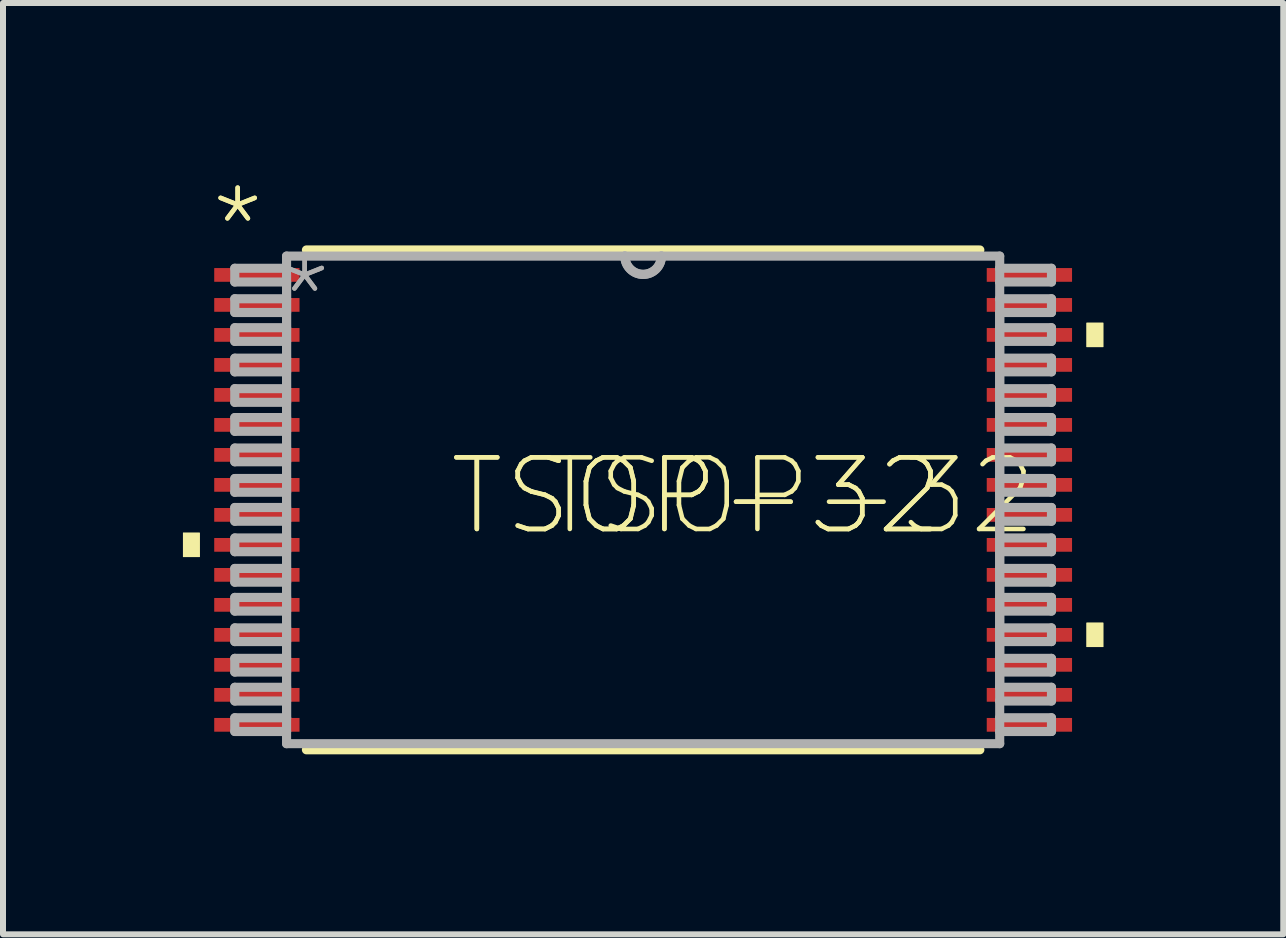
<source format=kicad_pcb>
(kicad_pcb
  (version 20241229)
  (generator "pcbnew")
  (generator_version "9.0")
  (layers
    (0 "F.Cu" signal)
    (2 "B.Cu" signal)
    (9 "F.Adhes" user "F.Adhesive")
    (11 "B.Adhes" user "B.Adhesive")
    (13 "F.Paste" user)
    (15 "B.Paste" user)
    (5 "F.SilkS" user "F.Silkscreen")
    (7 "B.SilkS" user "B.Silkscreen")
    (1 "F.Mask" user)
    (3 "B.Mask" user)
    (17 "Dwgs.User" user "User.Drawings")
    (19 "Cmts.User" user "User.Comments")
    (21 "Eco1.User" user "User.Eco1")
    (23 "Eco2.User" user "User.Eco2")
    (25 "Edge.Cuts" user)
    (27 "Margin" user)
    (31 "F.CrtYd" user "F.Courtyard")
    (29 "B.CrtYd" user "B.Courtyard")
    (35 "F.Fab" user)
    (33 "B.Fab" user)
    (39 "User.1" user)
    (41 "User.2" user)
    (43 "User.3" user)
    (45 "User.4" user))
  (footprint "TSOP-32"
    (layer "F.Cu")
    (at 7.671 5.283)
    (property "Reference" "TSOP-32" (at -3.277 0.635 0) (unlocked yes) (layer "F.SilkS") (effects (font (size 1.194 1.194) (thickness 0.076)) (justify left bottom)))
    (property "Value" "TSOP-32" (at -1.727 0.635 0) (unlocked yes) (layer "F.SilkS") (hide yes) (effects (font (size 1.194 1.194) (thickness 0.076)) (justify left bottom)))
    (fp_line (start -5.613 4.166) (end 5.613 4.166) (stroke (width 0.152) (type solid)) (layer "F.SilkS"))
    (fp_line (start 5.613 -4.166) (end -5.613 -4.166) (stroke (width 0.152) (type solid)) (layer "F.SilkS"))
    (fp_poly (pts (xy -7.391 0.953) (xy -7.671 0.953) (xy -7.671 0.547) (xy -7.391 0.547)) (stroke (width 0) (type default)) (fill yes) (layer "F.SilkS"))
    (fp_poly (pts (xy -7.391 0.953) (xy -7.671 0.953) (xy -7.671 0.547) (xy -7.391 0.547)) (stroke (width 0) (type default)) (fill yes) (layer "F.SilkS"))
    (fp_poly (pts (xy 7.671 -2.547) (xy 7.391 -2.547) (xy 7.391 -2.953) (xy 7.671 -2.953)) (stroke (width 0) (type default)) (fill yes) (layer "F.SilkS"))
    (fp_poly (pts (xy 7.671 -2.547) (xy 7.391 -2.547) (xy 7.391 -2.953) (xy 7.671 -2.953)) (stroke (width 0) (type default)) (fill yes) (layer "F.SilkS"))
    (fp_poly (pts (xy 7.671 2.453) (xy 7.391 2.453) (xy 7.391 2.047) (xy 7.671 2.047)) (stroke (width 0) (type default)) (fill yes) (layer "F.SilkS"))
    (fp_poly (pts (xy 7.671 2.453) (xy 7.391 2.453) (xy 7.391 2.047) (xy 7.671 2.047)) (stroke (width 0) (type default)) (fill yes) (layer "F.SilkS"))
    (fp_line (start -6.807 -3.861) (end -6.807 -3.632) (stroke (width 0.152) (type solid)) (layer "F.Fab"))
    (fp_line (start -6.807 -3.632) (end -5.944 -3.632) (stroke (width 0.152) (type solid)) (layer "F.Fab"))
    (fp_line (start -6.807 -3.353) (end -6.807 -3.124) (stroke (width 0.152) (type solid)) (layer "F.Fab"))
    (fp_line (start -6.807 -3.124) (end -5.944 -3.124) (stroke (width 0.152) (type solid)) (layer "F.Fab"))
    (fp_line (start -6.807 -2.87) (end -6.807 -2.642) (stroke (width 0.152) (type solid)) (layer "F.Fab"))
    (fp_line (start -6.807 -2.642) (end -5.944 -2.642) (stroke (width 0.152) (type solid)) (layer "F.Fab"))
    (fp_line (start -6.807 -2.362) (end -6.807 -2.134) (stroke (width 0.152) (type solid)) (layer "F.Fab"))
    (fp_line (start -6.807 -2.134) (end -5.944 -2.134) (stroke (width 0.152) (type solid)) (layer "F.Fab"))
    (fp_line (start -6.807 -1.854) (end -6.807 -1.626) (stroke (width 0.152) (type solid)) (layer "F.Fab"))
    (fp_line (start -6.807 -1.626) (end -5.944 -1.626) (stroke (width 0.152) (type solid)) (layer "F.Fab"))
    (fp_line (start -6.807 -1.372) (end -6.807 -1.143) (stroke (width 0.152) (type solid)) (layer "F.Fab"))
    (fp_line (start -6.807 -1.143) (end -5.944 -1.143) (stroke (width 0.152) (type solid)) (layer "F.Fab"))
    (fp_line (start -6.807 -0.864) (end -6.807 -0.635) (stroke (width 0.152) (type solid)) (layer "F.Fab"))
    (fp_line (start -6.807 -0.635) (end -5.944 -0.635) (stroke (width 0.152) (type solid)) (layer "F.Fab"))
    (fp_line (start -6.807 -0.356) (end -6.807 -0.127) (stroke (width 0.152) (type solid)) (layer "F.Fab"))
    (fp_line (start -6.807 -0.127) (end -5.944 -0.127) (stroke (width 0.152) (type solid)) (layer "F.Fab"))
    (fp_line (start -6.807 0.127) (end -6.807 0.356) (stroke (width 0.152) (type solid)) (layer "F.Fab"))
    (fp_line (start -6.807 0.356) (end -5.944 0.356) (stroke (width 0.152) (type solid)) (layer "F.Fab"))
    (fp_line (start -6.807 0.635) (end -6.807 0.864) (stroke (width 0.152) (type solid)) (layer "F.Fab"))
    (fp_line (start -6.807 0.864) (end -5.944 0.864) (stroke (width 0.152) (type solid)) (layer "F.Fab"))
    (fp_line (start -6.807 1.143) (end -6.807 1.372) (stroke (width 0.152) (type solid)) (layer "F.Fab"))
    (fp_line (start -6.807 1.372) (end -5.944 1.372) (stroke (width 0.152) (type solid)) (layer "F.Fab"))
    (fp_line (start -6.807 1.626) (end -6.807 1.854) (stroke (width 0.152) (type solid)) (layer "F.Fab"))
    (fp_line (start -6.807 1.854) (end -5.944 1.854) (stroke (width 0.152) (type solid)) (layer "F.Fab"))
    (fp_line (start -6.807 2.134) (end -6.807 2.362) (stroke (width 0.152) (type solid)) (layer "F.Fab"))
    (fp_line (start -6.807 2.362) (end -5.944 2.362) (stroke (width 0.152) (type solid)) (layer "F.Fab"))
    (fp_line (start -6.807 2.642) (end -6.807 2.87) (stroke (width 0.152) (type solid)) (layer "F.Fab"))
    (fp_line (start -6.807 2.87) (end -5.944 2.87) (stroke (width 0.152) (type solid)) (layer "F.Fab"))
    (fp_line (start -6.807 3.124) (end -6.807 3.353) (stroke (width 0.152) (type solid)) (layer "F.Fab"))
    (fp_line (start -6.807 3.353) (end -5.944 3.353) (stroke (width 0.152) (type solid)) (layer "F.Fab"))
    (fp_line (start -6.807 3.632) (end -6.807 3.861) (stroke (width 0.152) (type solid)) (layer "F.Fab"))
    (fp_line (start -6.807 3.861) (end -5.944 3.861) (stroke (width 0.152) (type solid)) (layer "F.Fab"))
    (fp_line (start -5.944 -4.064) (end -5.944 -3.861) (stroke (width 0.152) (type solid)) (layer "F.Fab"))
    (fp_line (start -5.944 -3.861) (end -6.807 -3.861) (stroke (width 0.152) (type solid)) (layer "F.Fab"))
    (fp_line (start -5.944 -3.632) (end -5.944 -3.861) (stroke (width 0.152) (type solid)) (layer "F.Fab"))
    (fp_line (start -5.944 -3.632) (end -5.944 -3.353) (stroke (width 0.152) (type solid)) (layer "F.Fab"))
    (fp_line (start -5.944 -3.632) (end -5.944 3.632) (stroke (width 0.152) (type solid)) (layer "F.Fab"))
    (fp_line (start -5.944 -3.353) (end -6.807 -3.353) (stroke (width 0.152) (type solid)) (layer "F.Fab"))
    (fp_line (start -5.944 -3.124) (end -5.944 -3.353) (stroke (width 0.152) (type solid)) (layer "F.Fab"))
    (fp_line (start -5.944 -3.124) (end -5.944 -2.87) (stroke (width 0.152) (type solid)) (layer "F.Fab"))
    (fp_line (start -5.944 -2.87) (end -6.807 -2.87) (stroke (width 0.152) (type solid)) (layer "F.Fab"))
    (fp_line (start -5.944 -2.642) (end -5.944 -2.87) (stroke (width 0.152) (type solid)) (layer "F.Fab"))
    (fp_line (start -5.944 -2.642) (end -5.944 -2.362) (stroke (width 0.152) (type solid)) (layer "F.Fab"))
    (fp_line (start -5.944 -2.362) (end -6.807 -2.362) (stroke (width 0.152) (type solid)) (layer "F.Fab"))
    (fp_line (start -5.944 -2.134) (end -5.944 -2.362) (stroke (width 0.152) (type solid)) (layer "F.Fab"))
    (fp_line (start -5.944 -2.134) (end -5.944 -1.854) (stroke (width 0.152) (type solid)) (layer "F.Fab"))
    (fp_line (start -5.944 -1.854) (end -6.807 -1.854) (stroke (width 0.152) (type solid)) (layer "F.Fab"))
    (fp_line (start -5.944 -1.626) (end -5.944 -1.854) (stroke (width 0.152) (type solid)) (layer "F.Fab"))
    (fp_line (start -5.944 -1.626) (end -5.944 -1.372) (stroke (width 0.152) (type solid)) (layer "F.Fab"))
    (fp_line (start -5.944 -1.372) (end -6.807 -1.372) (stroke (width 0.152) (type solid)) (layer "F.Fab"))
    (fp_line (start -5.944 -1.143) (end -5.944 -1.372) (stroke (width 0.152) (type solid)) (layer "F.Fab"))
    (fp_line (start -5.944 -1.143) (end -5.944 -0.864) (stroke (width 0.152) (type solid)) (layer "F.Fab"))
    (fp_line (start -5.944 -0.864) (end -6.807 -0.864) (stroke (width 0.152) (type solid)) (layer "F.Fab"))
    (fp_line (start -5.944 -0.635) (end -5.944 -0.864) (stroke (width 0.152) (type solid)) (layer "F.Fab"))
    (fp_line (start -5.944 -0.635) (end -5.944 -0.356) (stroke (width 0.152) (type solid)) (layer "F.Fab"))
    (fp_line (start -5.944 -0.356) (end -6.807 -0.356) (stroke (width 0.152) (type solid)) (layer "F.Fab"))
    (fp_line (start -5.944 -0.127) (end -5.944 -0.356) (stroke (width 0.152) (type solid)) (layer "F.Fab"))
    (fp_line (start -5.944 -0.127) (end -5.944 0.127) (stroke (width 0.152) (type solid)) (layer "F.Fab"))
    (fp_line (start -5.944 0.127) (end -6.807 0.127) (stroke (width 0.152) (type solid)) (layer "F.Fab"))
    (fp_line (start -5.944 0.356) (end -5.944 0.127) (stroke (width 0.152) (type solid)) (layer "F.Fab"))
    (fp_line (start -5.944 0.356) (end -5.944 0.635) (stroke (width 0.152) (type solid)) (layer "F.Fab"))
    (fp_line (start -5.944 0.635) (end -6.807 0.635) (stroke (width 0.152) (type solid)) (layer "F.Fab"))
    (fp_line (start -5.944 0.864) (end -5.944 0.635) (stroke (width 0.152) (type solid)) (layer "F.Fab"))
    (fp_line (start -5.944 0.864) (end -5.944 1.143) (stroke (width 0.152) (type solid)) (layer "F.Fab"))
    (fp_line (start -5.944 1.143) (end -6.807 1.143) (stroke (width 0.152) (type solid)) (layer "F.Fab"))
    (fp_line (start -5.944 1.372) (end -5.944 1.143) (stroke (width 0.152) (type solid)) (layer "F.Fab"))
    (fp_line (start -5.944 1.372) (end -5.944 1.626) (stroke (width 0.152) (type solid)) (layer "F.Fab"))
    (fp_line (start -5.944 1.626) (end -6.807 1.626) (stroke (width 0.152) (type solid)) (layer "F.Fab"))
    (fp_line (start -5.944 1.854) (end -5.944 1.626) (stroke (width 0.152) (type solid)) (layer "F.Fab"))
    (fp_line (start -5.944 1.854) (end -5.944 2.134) (stroke (width 0.152) (type solid)) (layer "F.Fab"))
    (fp_line (start -5.944 2.134) (end -6.807 2.134) (stroke (width 0.152) (type solid)) (layer "F.Fab"))
    (fp_line (start -5.944 2.362) (end -5.944 2.134) (stroke (width 0.152) (type solid)) (layer "F.Fab"))
    (fp_line (start -5.944 2.362) (end -5.944 2.642) (stroke (width 0.152) (type solid)) (layer "F.Fab"))
    (fp_line (start -5.944 2.642) (end -6.807 2.642) (stroke (width 0.152) (type solid)) (layer "F.Fab"))
    (fp_line (start -5.944 2.87) (end -5.944 2.642) (stroke (width 0.152) (type solid)) (layer "F.Fab"))
    (fp_line (start -5.944 2.87) (end -5.944 3.124) (stroke (width 0.152) (type solid)) (layer "F.Fab"))
    (fp_line (start -5.944 3.124) (end -6.807 3.124) (stroke (width 0.152) (type solid)) (layer "F.Fab"))
    (fp_line (start -5.944 3.353) (end -5.944 3.124) (stroke (width 0.152) (type solid)) (layer "F.Fab"))
    (fp_line (start -5.944 3.353) (end -5.944 3.632) (stroke (width 0.152) (type solid)) (layer "F.Fab"))
    (fp_line (start -5.944 3.632) (end -6.807 3.632) (stroke (width 0.152) (type solid)) (layer "F.Fab"))
    (fp_line (start -5.944 3.861) (end -5.944 3.632) (stroke (width 0.152) (type solid)) (layer "F.Fab"))
    (fp_line (start -5.944 3.861) (end -5.944 4.064) (stroke (width 0.152) (type solid)) (layer "F.Fab"))
    (fp_line (start -5.944 4.064) (end 5.944 4.064) (stroke (width 0.152) (type solid)) (layer "F.Fab"))
    (fp_line (start -0.305 -4.064) (end -5.944 -4.064) (stroke (width 0.152) (type solid)) (layer "F.Fab"))
    (fp_line (start 0.305 -4.064) (end -0.305 -4.064) (stroke (width 0.152) (type solid)) (layer "F.Fab"))
    (fp_line (start 5.944 -4.064) (end 0.305 -4.064) (stroke (width 0.152) (type solid)) (layer "F.Fab"))
    (fp_line (start 5.944 -3.861) (end 5.944 -4.064) (stroke (width 0.152) (type solid)) (layer "F.Fab"))
    (fp_line (start 5.944 -3.861) (end 5.944 -3.632) (stroke (width 0.152) (type solid)) (layer "F.Fab"))
    (fp_line (start 5.944 -3.632) (end 6.807 -3.632) (stroke (width 0.152) (type solid)) (layer "F.Fab"))
    (fp_line (start 5.944 -3.353) (end 5.944 -3.632) (stroke (width 0.152) (type solid)) (layer "F.Fab"))
    (fp_line (start 5.944 -3.353) (end 5.944 -3.124) (stroke (width 0.152) (type solid)) (layer "F.Fab"))
    (fp_line (start 5.944 -3.124) (end 6.807 -3.124) (stroke (width 0.152) (type solid)) (layer "F.Fab"))
    (fp_line (start 5.944 -2.87) (end 5.944 -3.124) (stroke (width 0.152) (type solid)) (layer "F.Fab"))
    (fp_line (start 5.944 -2.87) (end 5.944 -2.642) (stroke (width 0.152) (type solid)) (layer "F.Fab"))
    (fp_line (start 5.944 -2.642) (end 6.807 -2.642) (stroke (width 0.152) (type solid)) (layer "F.Fab"))
    (fp_line (start 5.944 -2.362) (end 5.944 -2.642) (stroke (width 0.152) (type solid)) (layer "F.Fab"))
    (fp_line (start 5.944 -2.362) (end 5.944 -2.134) (stroke (width 0.152) (type solid)) (layer "F.Fab"))
    (fp_line (start 5.944 -2.134) (end 6.807 -2.134) (stroke (width 0.152) (type solid)) (layer "F.Fab"))
    (fp_line (start 5.944 -1.854) (end 5.944 -2.134) (stroke (width 0.152) (type solid)) (layer "F.Fab"))
    (fp_line (start 5.944 -1.854) (end 5.944 -1.626) (stroke (width 0.152) (type solid)) (layer "F.Fab"))
    (fp_line (start 5.944 -1.626) (end 6.807 -1.626) (stroke (width 0.152) (type solid)) (layer "F.Fab"))
    (fp_line (start 5.944 -1.372) (end 5.944 -1.626) (stroke (width 0.152) (type solid)) (layer "F.Fab"))
    (fp_line (start 5.944 -1.372) (end 5.944 -1.143) (stroke (width 0.152) (type solid)) (layer "F.Fab"))
    (fp_line (start 5.944 -1.143) (end 6.807 -1.143) (stroke (width 0.152) (type solid)) (layer "F.Fab"))
    (fp_line (start 5.944 -0.864) (end 5.944 -1.143) (stroke (width 0.152) (type solid)) (layer "F.Fab"))
    (fp_line (start 5.944 -0.864) (end 5.944 -0.635) (stroke (width 0.152) (type solid)) (layer "F.Fab"))
    (fp_line (start 5.944 -0.635) (end 6.807 -0.635) (stroke (width 0.152) (type solid)) (layer "F.Fab"))
    (fp_line (start 5.944 -0.356) (end 5.944 -0.635) (stroke (width 0.152) (type solid)) (layer "F.Fab"))
    (fp_line (start 5.944 -0.356) (end 5.944 -0.127) (stroke (width 0.152) (type solid)) (layer "F.Fab"))
    (fp_line (start 5.944 -0.127) (end 6.807 -0.127) (stroke (width 0.152) (type solid)) (layer "F.Fab"))
    (fp_line (start 5.944 0.127) (end 5.944 -0.127) (stroke (width 0.152) (type solid)) (layer "F.Fab"))
    (fp_line (start 5.944 0.127) (end 5.944 0.356) (stroke (width 0.152) (type solid)) (layer "F.Fab"))
    (fp_line (start 5.944 0.356) (end 6.807 0.356) (stroke (width 0.152) (type solid)) (layer "F.Fab"))
    (fp_line (start 5.944 0.635) (end 5.944 0.356) (stroke (width 0.152) (type solid)) (layer "F.Fab"))
    (fp_line (start 5.944 0.635) (end 5.944 0.864) (stroke (width 0.152) (type solid)) (layer "F.Fab"))
    (fp_line (start 5.944 0.864) (end 6.807 0.864) (stroke (width 0.152) (type solid)) (layer "F.Fab"))
    (fp_line (start 5.944 1.143) (end 5.944 0.864) (stroke (width 0.152) (type solid)) (layer "F.Fab"))
    (fp_line (start 5.944 1.143) (end 5.944 1.372) (stroke (width 0.152) (type solid)) (layer "F.Fab"))
    (fp_line (start 5.944 1.372) (end 6.807 1.372) (stroke (width 0.152) (type solid)) (layer "F.Fab"))
    (fp_line (start 5.944 1.626) (end 5.944 1.372) (stroke (width 0.152) (type solid)) (layer "F.Fab"))
    (fp_line (start 5.944 1.626) (end 5.944 1.854) (stroke (width 0.152) (type solid)) (layer "F.Fab"))
    (fp_line (start 5.944 1.854) (end 6.807 1.854) (stroke (width 0.152) (type solid)) (layer "F.Fab"))
    (fp_line (start 5.944 2.134) (end 5.944 1.854) (stroke (width 0.152) (type solid)) (layer "F.Fab"))
    (fp_line (start 5.944 2.134) (end 5.944 2.362) (stroke (width 0.152) (type solid)) (layer "F.Fab"))
    (fp_line (start 5.944 2.362) (end 6.807 2.362) (stroke (width 0.152) (type solid)) (layer "F.Fab"))
    (fp_line (start 5.944 2.642) (end 5.944 2.362) (stroke (width 0.152) (type solid)) (layer "F.Fab"))
    (fp_line (start 5.944 2.642) (end 5.944 2.87) (stroke (width 0.152) (type solid)) (layer "F.Fab"))
    (fp_line (start 5.944 2.87) (end 6.807 2.87) (stroke (width 0.152) (type solid)) (layer "F.Fab"))
    (fp_line (start 5.944 3.124) (end 5.944 -3.124) (stroke (width 0.152) (type solid)) (layer "F.Fab"))
    (fp_line (start 5.944 3.124) (end 5.944 2.87) (stroke (width 0.152) (type solid)) (layer "F.Fab"))
    (fp_line (start 5.944 3.124) (end 5.944 3.353) (stroke (width 0.152) (type solid)) (layer "F.Fab"))
    (fp_line (start 5.944 3.353) (end 6.807 3.353) (stroke (width 0.152) (type solid)) (layer "F.Fab"))
    (fp_line (start 5.944 3.632) (end 5.944 3.353) (stroke (width 0.152) (type solid)) (layer "F.Fab"))
    (fp_line (start 5.944 3.632) (end 5.944 3.861) (stroke (width 0.152) (type solid)) (layer "F.Fab"))
    (fp_line (start 5.944 3.861) (end 6.807 3.861) (stroke (width 0.152) (type solid)) (layer "F.Fab"))
    (fp_line (start 5.944 4.064) (end 5.944 3.861) (stroke (width 0.152) (type solid)) (layer "F.Fab"))
    (fp_line (start 6.807 -3.861) (end 5.944 -3.861) (stroke (width 0.152) (type solid)) (layer "F.Fab"))
    (fp_line (start 6.807 -3.632) (end 6.807 -3.861) (stroke (width 0.152) (type solid)) (layer "F.Fab"))
    (fp_line (start 6.807 -3.353) (end 5.944 -3.353) (stroke (width 0.152) (type solid)) (layer "F.Fab"))
    (fp_line (start 6.807 -3.124) (end 6.807 -3.353) (stroke (width 0.152) (type solid)) (layer "F.Fab"))
    (fp_line (start 6.807 -2.87) (end 5.944 -2.87) (stroke (width 0.152) (type solid)) (layer "F.Fab"))
    (fp_line (start 6.807 -2.642) (end 6.807 -2.87) (stroke (width 0.152) (type solid)) (layer "F.Fab"))
    (fp_line (start 6.807 -2.362) (end 5.944 -2.362) (stroke (width 0.152) (type solid)) (layer "F.Fab"))
    (fp_line (start 6.807 -2.134) (end 6.807 -2.362) (stroke (width 0.152) (type solid)) (layer "F.Fab"))
    (fp_line (start 6.807 -1.854) (end 5.944 -1.854) (stroke (width 0.152) (type solid)) (layer "F.Fab"))
    (fp_line (start 6.807 -1.626) (end 6.807 -1.854) (stroke (width 0.152) (type solid)) (layer "F.Fab"))
    (fp_line (start 6.807 -1.372) (end 5.944 -1.372) (stroke (width 0.152) (type solid)) (layer "F.Fab"))
    (fp_line (start 6.807 -1.143) (end 6.807 -1.372) (stroke (width 0.152) (type solid)) (layer "F.Fab"))
    (fp_line (start 6.807 -0.864) (end 5.944 -0.864) (stroke (width 0.152) (type solid)) (layer "F.Fab"))
    (fp_line (start 6.807 -0.635) (end 6.807 -0.864) (stroke (width 0.152) (type solid)) (layer "F.Fab"))
    (fp_line (start 6.807 -0.356) (end 5.944 -0.356) (stroke (width 0.152) (type solid)) (layer "F.Fab"))
    (fp_line (start 6.807 -0.127) (end 6.807 -0.356) (stroke (width 0.152) (type solid)) (layer "F.Fab"))
    (fp_line (start 6.807 0.127) (end 5.944 0.127) (stroke (width 0.152) (type solid)) (layer "F.Fab"))
    (fp_line (start 6.807 0.356) (end 6.807 0.127) (stroke (width 0.152) (type solid)) (layer "F.Fab"))
    (fp_line (start 6.807 0.635) (end 5.944 0.635) (stroke (width 0.152) (type solid)) (layer "F.Fab"))
    (fp_line (start 6.807 0.864) (end 6.807 0.635) (stroke (width 0.152) (type solid)) (layer "F.Fab"))
    (fp_line (start 6.807 1.143) (end 5.944 1.143) (stroke (width 0.152) (type solid)) (layer "F.Fab"))
    (fp_line (start 6.807 1.372) (end 6.807 1.143) (stroke (width 0.152) (type solid)) (layer "F.Fab"))
    (fp_line (start 6.807 1.626) (end 5.944 1.626) (stroke (width 0.152) (type solid)) (layer "F.Fab"))
    (fp_line (start 6.807 1.854) (end 6.807 1.626) (stroke (width 0.152) (type solid)) (layer "F.Fab"))
    (fp_line (start 6.807 2.134) (end 5.944 2.134) (stroke (width 0.152) (type solid)) (layer "F.Fab"))
    (fp_line (start 6.807 2.362) (end 6.807 2.134) (stroke (width 0.152) (type solid)) (layer "F.Fab"))
    (fp_line (start 6.807 2.642) (end 5.944 2.642) (stroke (width 0.152) (type solid)) (layer "F.Fab"))
    (fp_line (start 6.807 2.87) (end 6.807 2.642) (stroke (width 0.152) (type solid)) (layer "F.Fab"))
    (fp_line (start 6.807 3.124) (end 5.944 3.124) (stroke (width 0.152) (type solid)) (layer "F.Fab"))
    (fp_line (start 6.807 3.353) (end 6.807 3.124) (stroke (width 0.152) (type solid)) (layer "F.Fab"))
    (fp_line (start 6.807 3.632) (end 5.944 3.632) (stroke (width 0.152) (type solid)) (layer "F.Fab"))
    (fp_line (start 6.807 3.861) (end 6.807 3.632) (stroke (width 0.152) (type solid)) (layer "F.Fab"))
    (fp_arc (start 0.3048 -4.064) (mid 0 -3.7592) (end -0.3048 -4.064) (stroke (width 0.1524) (type solid)) (layer "F.Fab"))
    (fp_arc (start 0.3048 -4.064) (mid 0 -3.7592) (end -0.3048 -4.064) (stroke (width 0.1524) (type solid)) (layer "F.Fab"))
    (fp_text user "${REFERENCE}" (at -3.277 0.635 0) (unlocked yes) (layer "F.SilkS") (effects (font (size 1.194 1.194) (thickness 0.076)) (justify left bottom)))
    (fp_text user "*" (at -7.264 -3.861 0) (unlocked yes) (layer "F.SilkS") (effects (font (size 1.194 1.194) (thickness 0.076)) (justify left bottom)))
    (fp_text user "${VALUE}" (at -1.727 0.635 0) (unlocked yes) (layer "F.SilkS") (effects (font (size 1.194 1.194) (thickness 0.076)) (justify left bottom)))
    (fp_text user "*" (at -7.264 -3.861 0) (unlocked yes) (layer "F.SilkS") (effects (font (size 1.194 1.194) (thickness 0.076)) (justify left bottom)))
    (fp_text user "*" (at -6.147 -2.692 0) (unlocked yes) (layer "F.Fab") (effects (font (size 1.194 1.194) (thickness 0.076)) (justify left bottom)))
    (fp_text user "*" (at -6.147 -2.692 0) (unlocked yes) (layer "F.Fab") (effects (font (size 1.194 1.194) (thickness 0.076)) (justify left bottom)))
    (pad "1" smd rect (at -6.439 -3.75) (size 1.422 0.229) (layers "F.Cu" "F.Mask" "F.Paste"))
    (pad "2" smd rect (at -6.439 -3.25) (size 1.422 0.229) (layers "F.Cu" "F.Mask" "F.Paste"))
    (pad "3" smd rect (at -6.439 -2.75) (size 1.422 0.229) (layers "F.Cu" "F.Mask" "F.Paste"))
    (pad "4" smd rect (at -6.439 -2.25) (size 1.422 0.229) (layers "F.Cu" "F.Mask" "F.Paste"))
    (pad "5" smd rect (at -6.439 -1.75) (size 1.422 0.229) (layers "F.Cu" "F.Mask" "F.Paste"))
    (pad "6" smd rect (at -6.439 -1.25) (size 1.422 0.229) (layers "F.Cu" "F.Mask" "F.Paste"))
    (pad "7" smd rect (at -6.439 -0.75) (size 1.422 0.229) (layers "F.Cu" "F.Mask" "F.Paste"))
    (pad "8" smd rect (at -6.439 -0.25) (size 1.422 0.229) (layers "F.Cu" "F.Mask" "F.Paste"))
    (pad "9" smd rect (at -6.439 0.25) (size 1.422 0.229) (layers "F.Cu" "F.Mask" "F.Paste"))
    (pad "10" smd rect (at -6.439 0.75) (size 1.422 0.229) (layers "F.Cu" "F.Mask" "F.Paste"))
    (pad "11" smd rect (at -6.439 1.25) (size 1.422 0.229) (layers "F.Cu" "F.Mask" "F.Paste"))
    (pad "12" smd rect (at -6.439 1.75) (size 1.422 0.229) (layers "F.Cu" "F.Mask" "F.Paste"))
    (pad "13" smd rect (at -6.439 2.25) (size 1.422 0.229) (layers "F.Cu" "F.Mask" "F.Paste"))
    (pad "14" smd rect (at -6.439 2.75) (size 1.422 0.229) (layers "F.Cu" "F.Mask" "F.Paste"))
    (pad "15" smd rect (at -6.439 3.25) (size 1.422 0.229) (layers "F.Cu" "F.Mask" "F.Paste"))
    (pad "16" smd rect (at -6.439 3.75) (size 1.422 0.229) (layers "F.Cu" "F.Mask" "F.Paste"))
    (pad "17" smd rect (at 6.439 3.75) (size 1.422 0.229) (layers "F.Cu" "F.Mask" "F.Paste"))
    (pad "18" smd rect (at 6.439 3.25) (size 1.422 0.229) (layers "F.Cu" "F.Mask" "F.Paste"))
    (pad "19" smd rect (at 6.439 2.75) (size 1.422 0.229) (layers "F.Cu" "F.Mask" "F.Paste"))
    (pad "20" smd rect (at 6.439 2.25) (size 1.422 0.229) (layers "F.Cu" "F.Mask" "F.Paste"))
    (pad "21" smd rect (at 6.439 1.75) (size 1.422 0.229) (layers "F.Cu" "F.Mask" "F.Paste"))
    (pad "22" smd rect (at 6.439 1.25) (size 1.422 0.229) (layers "F.Cu" "F.Mask" "F.Paste"))
    (pad "23" smd rect (at 6.439 0.75) (size 1.422 0.229) (layers "F.Cu" "F.Mask" "F.Paste"))
    (pad "24" smd rect (at 6.439 0.25) (size 1.422 0.229) (layers "F.Cu" "F.Mask" "F.Paste"))
    (pad "25" smd rect (at 6.439 -0.25) (size 1.422 0.229) (layers "F.Cu" "F.Mask" "F.Paste"))
    (pad "26" smd rect (at 6.439 -0.75) (size 1.422 0.229) (layers "F.Cu" "F.Mask" "F.Paste"))
    (pad "27" smd rect (at 6.439 -1.25) (size 1.422 0.229) (layers "F.Cu" "F.Mask" "F.Paste"))
    (pad "28" smd rect (at 6.439 -1.75) (size 1.422 0.229) (layers "F.Cu" "F.Mask" "F.Paste"))
    (pad "29" smd rect (at 6.439 -2.25) (size 1.422 0.229) (layers "F.Cu" "F.Mask" "F.Paste"))
    (pad "30" smd rect (at 6.439 -2.75) (size 1.422 0.229) (layers "F.Cu" "F.Mask" "F.Paste"))
    (pad "31" smd rect (at 6.439 -3.25) (size 1.422 0.229) (layers "F.Cu" "F.Mask" "F.Paste"))
    (pad "32" smd rect (at 6.439 -3.75) (size 1.422 0.229) (layers "F.Cu" "F.Mask" "F.Paste")))
  (gr_rect
    (start -3 -3)
    (end 18.342 12.525)
    (stroke (width 0.1) (type default))
    (fill no)
    (layer "Edge.Cuts")))
</source>
